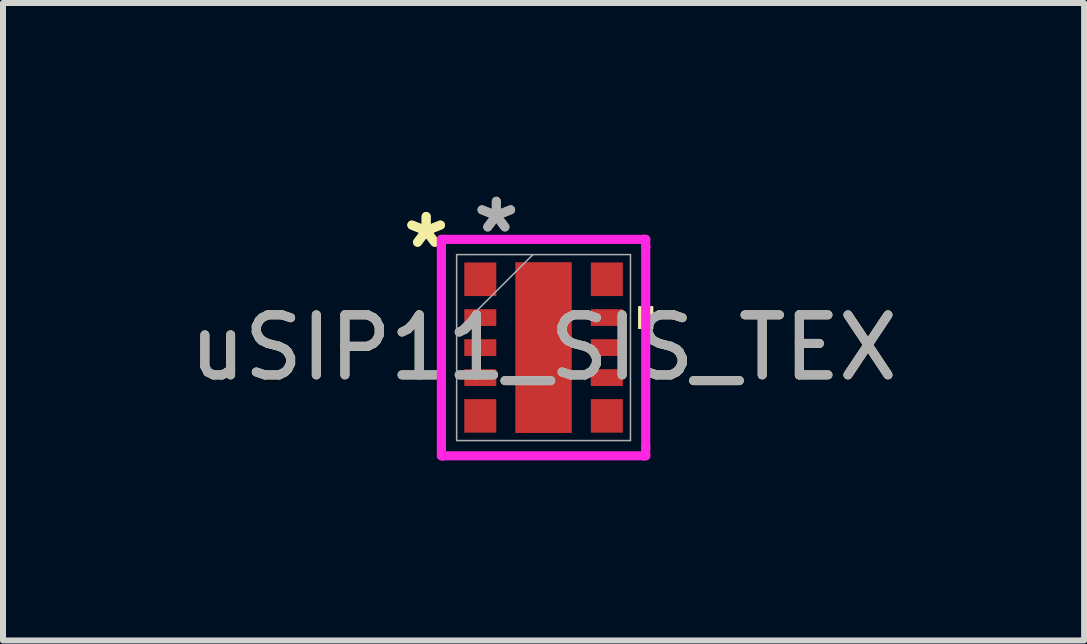
<source format=kicad_pcb>
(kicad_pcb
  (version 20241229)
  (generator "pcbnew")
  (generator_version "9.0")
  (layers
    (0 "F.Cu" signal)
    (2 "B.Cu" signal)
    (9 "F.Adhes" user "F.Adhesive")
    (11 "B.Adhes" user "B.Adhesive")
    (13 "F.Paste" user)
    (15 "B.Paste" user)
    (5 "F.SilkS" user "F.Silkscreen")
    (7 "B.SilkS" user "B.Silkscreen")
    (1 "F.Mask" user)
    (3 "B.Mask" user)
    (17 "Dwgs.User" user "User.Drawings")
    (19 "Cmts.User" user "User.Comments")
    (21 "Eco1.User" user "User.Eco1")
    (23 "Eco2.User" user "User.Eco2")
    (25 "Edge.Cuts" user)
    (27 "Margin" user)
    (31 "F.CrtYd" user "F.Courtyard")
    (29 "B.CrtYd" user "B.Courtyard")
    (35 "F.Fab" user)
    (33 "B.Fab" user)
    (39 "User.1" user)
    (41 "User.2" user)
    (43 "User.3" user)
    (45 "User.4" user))
  (footprint "uSIP11_SIS_TEX"
    (layer "F.Cu")
    (at 6.006 2.741)
    (property "Reference" "uSIP11_SIS_TEX" (at 0 0 0) (unlocked yes) (layer "F.SilkS") (effects (font (size 1 1) (thickness 0.15))))
    (attr smd)
    (fp_poly (pts (xy 1.829 -0.691) (xy 1.829 -0.31) (xy 1.575 -0.31) (xy 1.575 -0.691)) (stroke (width 0) (type solid)) (fill yes) (layer "F.SilkS"))
    (fp_poly (pts (xy -0.37 -1.322) (xy -0.37 -0.1) (xy 0.37 -0.1) (xy 0.37 -1.322)) (stroke (width 0) (type solid)) (fill yes) (layer "F.Paste"))
    (fp_poly (pts (xy -0.37 0.1) (xy -0.37 1.322) (xy 0.37 1.322) (xy 0.37 0.1)) (stroke (width 0) (type solid)) (fill yes) (layer "F.Paste"))
    (fp_line (start -1.702 -1.803) (end -1.671 -1.803) (stroke (width 0.152) (type solid)) (layer "F.CrtYd"))
    (fp_line (start -1.702 -1.671) (end -1.702 -1.803) (stroke (width 0.152) (type solid)) (layer "F.CrtYd"))
    (fp_line (start -1.702 -1.671) (end -1.702 -1.671) (stroke (width 0.152) (type solid)) (layer "F.CrtYd"))
    (fp_line (start -1.702 1.671) (end -1.702 -1.671) (stroke (width 0.152) (type solid)) (layer "F.CrtYd"))
    (fp_line (start -1.702 1.671) (end -1.702 1.671) (stroke (width 0.152) (type solid)) (layer "F.CrtYd"))
    (fp_line (start -1.702 1.803) (end -1.702 1.671) (stroke (width 0.152) (type solid)) (layer "F.CrtYd"))
    (fp_line (start -1.671 -1.803) (end -1.671 -1.803) (stroke (width 0.152) (type solid)) (layer "F.CrtYd"))
    (fp_line (start -1.671 -1.803) (end 1.671 -1.803) (stroke (width 0.152) (type solid)) (layer "F.CrtYd"))
    (fp_line (start -1.671 1.803) (end -1.702 1.803) (stroke (width 0.152) (type solid)) (layer "F.CrtYd"))
    (fp_line (start -1.671 1.803) (end -1.671 1.803) (stroke (width 0.152) (type solid)) (layer "F.CrtYd"))
    (fp_line (start 1.671 -1.803) (end 1.671 -1.803) (stroke (width 0.152) (type solid)) (layer "F.CrtYd"))
    (fp_line (start 1.671 -1.803) (end 1.702 -1.803) (stroke (width 0.152) (type solid)) (layer "F.CrtYd"))
    (fp_line (start 1.671 1.803) (end -1.671 1.803) (stroke (width 0.152) (type solid)) (layer "F.CrtYd"))
    (fp_line (start 1.671 1.803) (end 1.671 1.803) (stroke (width 0.152) (type solid)) (layer "F.CrtYd"))
    (fp_line (start 1.702 -1.803) (end 1.702 -1.671) (stroke (width 0.152) (type solid)) (layer "F.CrtYd"))
    (fp_line (start 1.702 -1.671) (end 1.702 -1.671) (stroke (width 0.152) (type solid)) (layer "F.CrtYd"))
    (fp_line (start 1.702 -1.671) (end 1.702 1.671) (stroke (width 0.152) (type solid)) (layer "F.CrtYd"))
    (fp_line (start 1.702 1.671) (end 1.702 1.671) (stroke (width 0.152) (type solid)) (layer "F.CrtYd"))
    (fp_line (start 1.702 1.671) (end 1.702 1.803) (stroke (width 0.152) (type solid)) (layer "F.CrtYd"))
    (fp_line (start 1.702 1.803) (end 1.671 1.803) (stroke (width 0.152) (type solid)) (layer "F.CrtYd"))
    (fp_line (start -1.448 -1.549) (end -1.448 1.549) (stroke (width 0.025) (type solid)) (layer "F.Fab"))
    (fp_line (start -1.448 -0.279) (end -0.178 -1.549) (stroke (width 0.025) (type solid)) (layer "F.Fab"))
    (fp_line (start -1.448 1.549) (end 1.448 1.549) (stroke (width 0.025) (type solid)) (layer "F.Fab"))
    (fp_line (start 1.448 -1.549) (end -1.448 -1.549) (stroke (width 0.025) (type solid)) (layer "F.Fab"))
    (fp_line (start 1.448 1.549) (end 1.448 -1.549) (stroke (width 0.025) (type solid)) (layer "F.Fab"))
    (fp_text user "*" (at -1.956 -1.639 0) (layer "F.SilkS") (effects (font (size 1 1) (thickness 0.15))))
    (fp_text user "*" (at -1.956 -1.639 0) (unlocked yes) (layer "F.SilkS") (effects (font (size 1 1) (thickness 0.15))))
    (fp_text user "*" (at -0.787 -1.893 0) (unlocked yes) (layer "F.Fab") (effects (font (size 1 1) (thickness 0.15))))
    (fp_text user "*" (at -0.787 -1.893 0) (layer "F.Fab") (effects (font (size 1 1) (thickness 0.15))))
    (fp_text user "${REFERENCE}" (at 0 0 0) (unlocked yes) (layer "F.Fab") (effects (font (size 1 1) (thickness 0.15))))
    (pad "1" smd rect (at -1.054 -1.138 90) (size 0.559 0.533) (layers "F.Cu" "F.Mask" "F.Paste"))
    (pad "2" smd rect (at -1.054 -0.5 90) (size 0.279 0.533) (layers "F.Cu" "F.Mask" "F.Paste"))
    (pad "3" smd rect (at -1.054 0 90) (size 0.279 0.533) (layers "F.Cu" "F.Mask" "F.Paste"))
    (pad "4" smd rect (at -1.054 0.5 90) (size 0.279 0.533) (layers "F.Cu" "F.Mask" "F.Paste"))
    (pad "5" smd rect (at -1.054 1.138 90) (size 0.559 0.533) (layers "F.Cu" "F.Mask" "F.Paste"))
    (pad "6" smd rect (at 1.054 1.138 90) (size 0.559 0.533) (layers "F.Cu" "F.Mask" "F.Paste"))
    (pad "7" smd rect (at 1.054 0.5 90) (size 0.279 0.533) (layers "F.Cu" "F.Mask" "F.Paste"))
    (pad "8" smd rect (at 1.054 0 90) (size 0.279 0.533) (layers "F.Cu" "F.Mask" "F.Paste"))
    (pad "9" smd rect (at 1.054 -0.5 90) (size 0.279 0.533) (layers "F.Cu" "F.Mask" "F.Paste"))
    (pad "10" smd rect (at 1.054 -1.138 90) (size 0.559 0.533) (layers "F.Cu" "F.Mask" "F.Paste"))
    (pad "11" smd rect (at 0 0) (size 0.94 2.845) (layers "F.Cu" "F.Mask")))
  (gr_rect
    (start -3 -3)
    (end 15.012 7.621)
    (stroke (width 0.1) (type default))
    (fill no)
    (layer "Edge.Cuts")))
</source>
